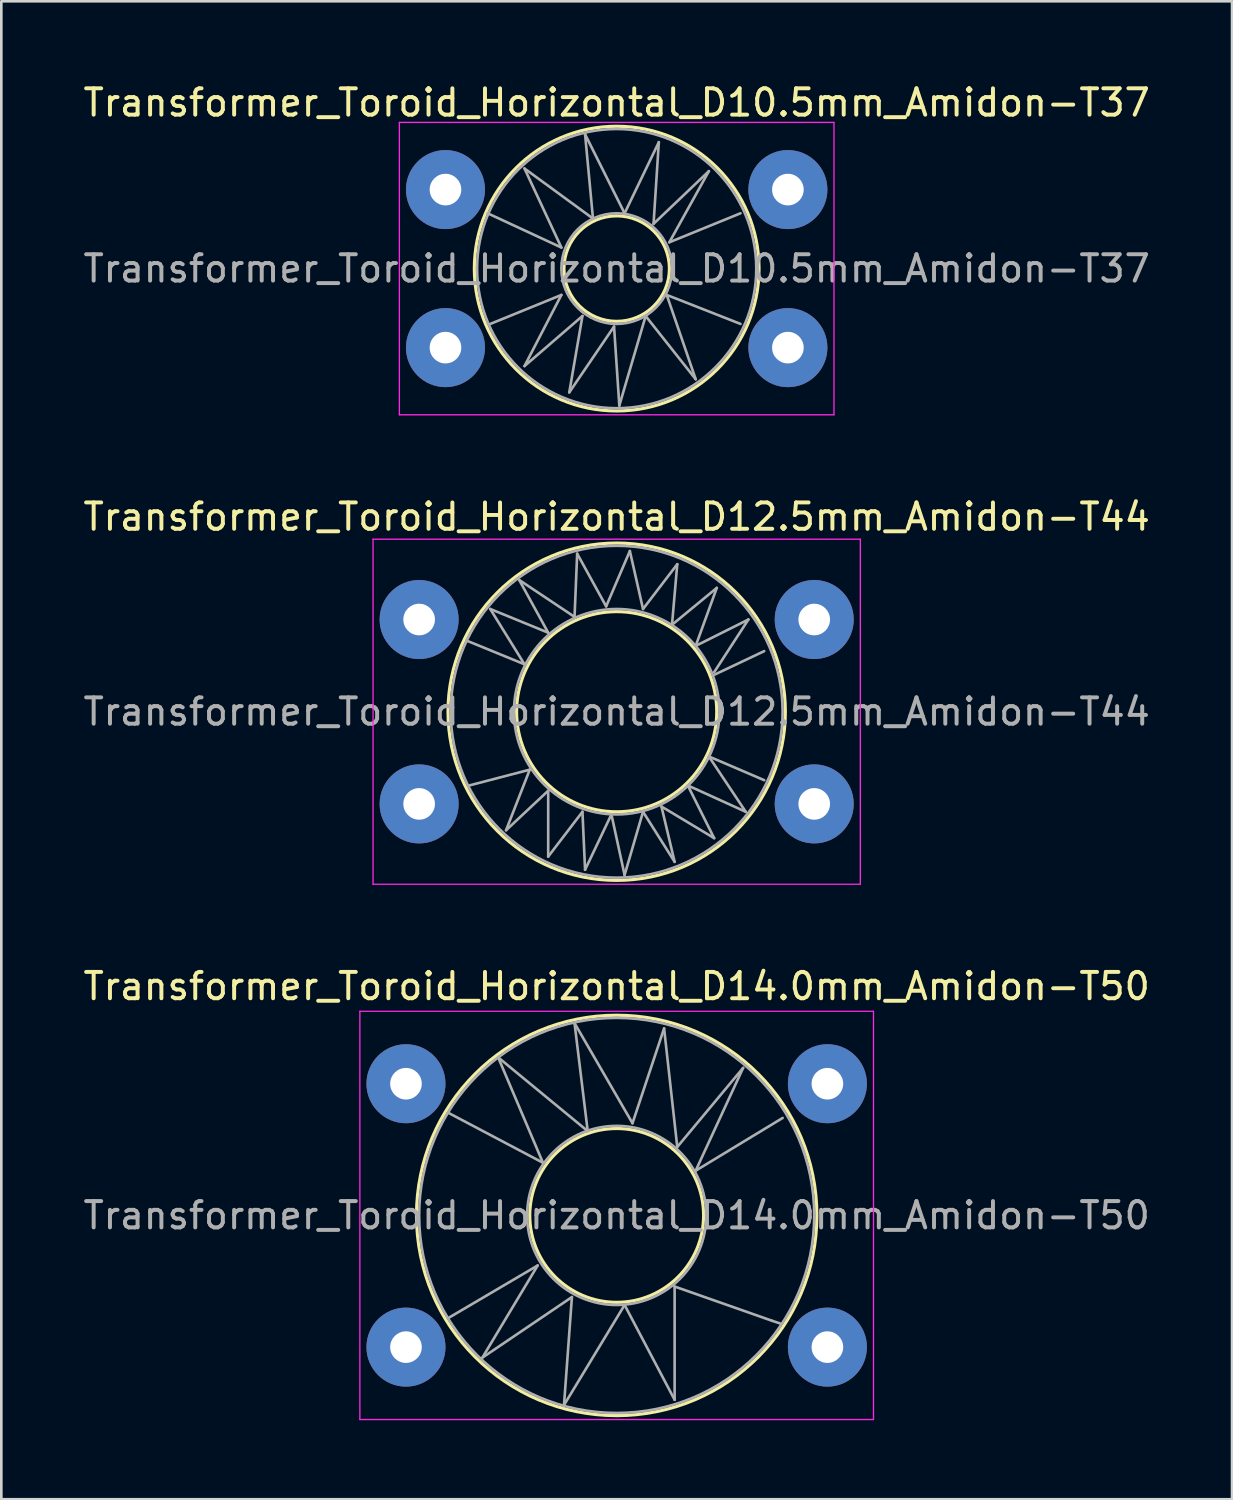
<source format=kicad_pcb>
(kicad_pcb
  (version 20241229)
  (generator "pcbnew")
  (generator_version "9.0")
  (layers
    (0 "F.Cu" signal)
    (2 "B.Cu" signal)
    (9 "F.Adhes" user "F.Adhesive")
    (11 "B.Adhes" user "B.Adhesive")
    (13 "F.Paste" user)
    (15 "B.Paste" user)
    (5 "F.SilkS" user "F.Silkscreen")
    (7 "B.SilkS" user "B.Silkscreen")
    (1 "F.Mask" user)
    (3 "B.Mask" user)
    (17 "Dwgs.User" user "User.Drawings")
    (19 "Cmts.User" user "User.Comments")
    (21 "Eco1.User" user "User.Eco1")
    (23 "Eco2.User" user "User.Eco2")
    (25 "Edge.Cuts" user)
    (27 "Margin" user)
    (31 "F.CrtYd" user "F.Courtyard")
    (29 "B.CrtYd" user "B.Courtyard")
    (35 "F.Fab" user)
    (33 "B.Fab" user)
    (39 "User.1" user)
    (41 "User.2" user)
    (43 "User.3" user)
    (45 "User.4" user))
  (footprint "Transformer_Toroid_Horizontal_D12.5mm_Amidon-T44"
    (layer "F.Cu")
    (at 12.863 27.471)
    (property "Reference" "Transformer_Toroid_Horizontal_D12.5mm_Amidon-T44" (at 7.5 -10.9 0) (layer "F.SilkS") (effects (font (size 1 1) (thickness 0.15))))
    (attr through_hole)
    (fp_circle (center 7.5 -3.5) (end 11.3 -3.5) (stroke (width 0.12) (type solid)) (fill no) (layer "F.SilkS"))
    (fp_circle (center 7.5 -3.5) (end 13.9 -3.7) (stroke (width 0.12) (type solid)) (fill no) (layer "F.SilkS"))
    (fp_line (start -1.75 -10.05) (end -1.75 3.05) (stroke (width 0.05) (type solid)) (layer "F.CrtYd"))
    (fp_line (start -1.75 -10.05) (end 16.75 -10.05) (stroke (width 0.05) (type solid)) (layer "F.CrtYd"))
    (fp_line (start 16.75 3.05) (end -1.75 3.05) (stroke (width 0.05) (type solid)) (layer "F.CrtYd"))
    (fp_line (start 16.75 3.05) (end 16.75 -10.05) (stroke (width 0.05) (type solid)) (layer "F.CrtYd"))
    (fp_line (start 1.8 -6.2) (end 4 -5.3) (stroke (width 0.1) (type solid)) (layer "F.Fab"))
    (fp_line (start 1.9 -0.7) (end 4.2 -1.3) (stroke (width 0.1) (type solid)) (layer "F.Fab"))
    (fp_line (start 2.7 -7.4) (end 4.9 -6.5) (stroke (width 0.1) (type solid)) (layer "F.Fab"))
    (fp_line (start 3.3 1) (end 4.9 -0.5) (stroke (width 0.1) (type solid)) (layer "F.Fab"))
    (fp_line (start 3.8 -8.5) (end 5.9 -7.1) (stroke (width 0.1) (type solid)) (layer "F.Fab"))
    (fp_line (start 4 -5.3) (end 2.7 -7.4) (stroke (width 0.1) (type solid)) (layer "F.Fab"))
    (fp_line (start 4.2 -1.3) (end 3.3 1) (stroke (width 0.1) (type solid)) (layer "F.Fab"))
    (fp_line (start 4.9 -6.5) (end 3.8 -8.5) (stroke (width 0.1) (type solid)) (layer "F.Fab"))
    (fp_line (start 4.9 -0.5) (end 4.9 2) (stroke (width 0.1) (type solid)) (layer "F.Fab"))
    (fp_line (start 4.9 2) (end 6.2 0.3) (stroke (width 0.1) (type solid)) (layer "F.Fab"))
    (fp_line (start 5.9 -7.1) (end 6 -9.5) (stroke (width 0.1) (type solid)) (layer "F.Fab"))
    (fp_line (start 6 -9.5) (end 7.1 -7.5) (stroke (width 0.1) (type solid)) (layer "F.Fab"))
    (fp_line (start 6.2 0.3) (end 6.3 2.5) (stroke (width 0.1) (type solid)) (layer "F.Fab"))
    (fp_line (start 6.3 2.5) (end 7.3 0.4) (stroke (width 0.1) (type solid)) (layer "F.Fab"))
    (fp_line (start 7.1 -7.5) (end 8 -9.6) (stroke (width 0.1) (type solid)) (layer "F.Fab"))
    (fp_line (start 7.3 0.4) (end 7.8 2.7) (stroke (width 0.1) (type solid)) (layer "F.Fab"))
    (fp_line (start 7.8 2.7) (end 8.5 0.3) (stroke (width 0.1) (type solid)) (layer "F.Fab"))
    (fp_line (start 8 -9.6) (end 8.5 -7.4) (stroke (width 0.1) (type solid)) (layer "F.Fab"))
    (fp_line (start 8.5 -7.4) (end 9.8 -9.1) (stroke (width 0.1) (type solid)) (layer "F.Fab"))
    (fp_line (start 8.5 0.3) (end 9.7 2.2) (stroke (width 0.1) (type solid)) (layer "F.Fab"))
    (fp_line (start 9.2 0.1) (end 11.2 1.3) (stroke (width 0.1) (type solid)) (layer "F.Fab"))
    (fp_line (start 9.6 -6.8) (end 11.3 -8.2) (stroke (width 0.1) (type solid)) (layer "F.Fab"))
    (fp_line (start 9.7 2.2) (end 9.2 0.1) (stroke (width 0.1) (type solid)) (layer "F.Fab"))
    (fp_line (start 9.8 -9.1) (end 9.6 -6.8) (stroke (width 0.1) (type solid)) (layer "F.Fab"))
    (fp_line (start 10.2 -0.7) (end 12.4 0.3) (stroke (width 0.1) (type solid)) (layer "F.Fab"))
    (fp_line (start 10.5 -6) (end 12.5 -7) (stroke (width 0.1) (type solid)) (layer "F.Fab"))
    (fp_line (start 11 -1.8) (end 13.1 -0.9) (stroke (width 0.1) (type solid)) (layer "F.Fab"))
    (fp_line (start 11.2 -4.9) (end 13.1 -5.8) (stroke (width 0.1) (type solid)) (layer "F.Fab"))
    (fp_line (start 11.2 1.3) (end 10.2 -0.7) (stroke (width 0.1) (type solid)) (layer "F.Fab"))
    (fp_line (start 11.3 -8.2) (end 10.5 -6) (stroke (width 0.1) (type solid)) (layer "F.Fab"))
    (fp_line (start 12.4 0.3) (end 11 -1.8) (stroke (width 0.1) (type solid)) (layer "F.Fab"))
    (fp_line (start 12.5 -7) (end 11.2 -5) (stroke (width 0.1) (type solid)) (layer "F.Fab"))
    (fp_circle (center 7.5 -3.5) (end 11.4 -3.5) (stroke (width 0.1) (type solid)) (fill no) (layer "F.Fab"))
    (fp_circle (center 7.5 -3.5) (end 13.8 -3.5) (stroke (width 0.1) (type solid)) (fill no) (layer "F.Fab"))
    (fp_text user "${REFERENCE}" (at 7.5 -3.5 0) (layer "F.Fab") (effects (font (size 1 1) (thickness 0.15))))
    (pad "1" thru_hole circle (at 0 0) (size 3 3) (drill 1.2) (layers "*.Cu" "*.Mask"))
    (pad "2" thru_hole circle (at 15 0) (size 3 3) (drill 1.2) (layers "*.Cu" "*.Mask"))
    (pad "3" thru_hole circle (at 0 -7) (size 3 3) (drill 1.2) (layers "*.Cu" "*.Mask"))
    (pad "4" thru_hole circle (at 15 -7) (size 3 3) (drill 1.2) (layers "*.Cu" "*.Mask")))
  (footprint "Transformer_Toroid_Horizontal_D10.5mm_Amidon-T37"
    (layer "F.Cu")
    (at 13.863 10.148)
    (property "Reference" "Transformer_Toroid_Horizontal_D10.5mm_Amidon-T37" (at 6.5 -9.3 0) (layer "F.SilkS") (effects (font (size 1 1) (thickness 0.15))))
    (attr through_hole)
    (fp_circle (center 6.5 -3) (end 8.5 -2.9) (stroke (width 0.12) (type solid)) (fill no) (layer "F.SilkS"))
    (fp_circle (center 6.5 -3) (end 11.9 -2.8) (stroke (width 0.12) (type solid)) (fill no) (layer "F.SilkS"))
    (fp_line (start -1.75 -8.55) (end -1.75 2.55) (stroke (width 0.05) (type solid)) (layer "F.CrtYd"))
    (fp_line (start -1.75 -8.55) (end 14.75 -8.55) (stroke (width 0.05) (type solid)) (layer "F.CrtYd"))
    (fp_line (start 14.75 2.55) (end -1.75 2.55) (stroke (width 0.05) (type solid)) (layer "F.CrtYd"))
    (fp_line (start 14.75 2.55) (end 14.75 -8.55) (stroke (width 0.05) (type solid)) (layer "F.CrtYd"))
    (fp_line (start 1.6 -5.1) (end 4.4 -3.8) (stroke (width 0.1) (type solid)) (layer "F.Fab"))
    (fp_line (start 1.7 -0.9) (end 4.4 -2) (stroke (width 0.1) (type solid)) (layer "F.Fab"))
    (fp_line (start 3 -6.8) (end 5.6 -4.9) (stroke (width 0.1) (type solid)) (layer "F.Fab"))
    (fp_line (start 3 0.7) (end 5.2 -1.2) (stroke (width 0.1) (type solid)) (layer "F.Fab"))
    (fp_line (start 4.4 -3.8) (end 3 -6.8) (stroke (width 0.1) (type solid)) (layer "F.Fab"))
    (fp_line (start 4.4 -2) (end 3 0.7) (stroke (width 0.1) (type solid)) (layer "F.Fab"))
    (fp_line (start 4.7 1.7) (end 6.4 -0.8) (stroke (width 0.1) (type solid)) (layer "F.Fab"))
    (fp_line (start 5.2 -1.2) (end 4.7 1.7) (stroke (width 0.1) (type solid)) (layer "F.Fab"))
    (fp_line (start 5.3 -8.1) (end 6.8 -5.1) (stroke (width 0.1) (type solid)) (layer "F.Fab"))
    (fp_line (start 5.6 -4.9) (end 5.3 -8.1) (stroke (width 0.1) (type solid)) (layer "F.Fab"))
    (fp_line (start 6.4 -0.8) (end 6.6 2.2) (stroke (width 0.1) (type solid)) (layer "F.Fab"))
    (fp_line (start 6.6 2.2) (end 7.6 -1.2) (stroke (width 0.1) (type solid)) (layer "F.Fab"))
    (fp_line (start 6.8 -5.1) (end 8.1 -7.8) (stroke (width 0.1) (type solid)) (layer "F.Fab"))
    (fp_line (start 7.6 -1.2) (end 9.5 1.2) (stroke (width 0.1) (type solid)) (layer "F.Fab"))
    (fp_line (start 7.9 -4.7) (end 10 -6.7) (stroke (width 0.1) (type solid)) (layer "F.Fab"))
    (fp_line (start 8.1 -7.8) (end 7.9 -4.7) (stroke (width 0.1) (type solid)) (layer "F.Fab"))
    (fp_line (start 8.4 -2) (end 11.2 -0.9) (stroke (width 0.1) (type solid)) (layer "F.Fab"))
    (fp_line (start 8.5 -4) (end 11.2 -5.1) (stroke (width 0.1) (type solid)) (layer "F.Fab"))
    (fp_line (start 9.5 1.2) (end 8.4 -2) (stroke (width 0.1) (type solid)) (layer "F.Fab"))
    (fp_line (start 10 -6.7) (end 8.5 -4) (stroke (width 0.1) (type solid)) (layer "F.Fab"))
    (fp_circle (center 6.5 -3) (end 8.6 -3) (stroke (width 0.1) (type solid)) (fill no) (layer "F.Fab"))
    (fp_circle (center 6.5 -3) (end 11.8 -3) (stroke (width 0.1) (type solid)) (fill no) (layer "F.Fab"))
    (fp_text user "${REFERENCE}" (at 6.5 -3 0) (layer "F.Fab") (effects (font (size 1 1) (thickness 0.15))))
    (pad "1" thru_hole circle (at 0 0) (size 3 3) (drill 1.2) (layers "*.Cu" "*.Mask"))
    (pad "2" thru_hole circle (at 13 0) (size 3 3) (drill 1.2) (layers "*.Cu" "*.Mask"))
    (pad "3" thru_hole circle (at 0 -6) (size 3 3) (drill 1.2) (layers "*.Cu" "*.Mask"))
    (pad "4" thru_hole circle (at 13 -6) (size 3 3) (drill 1.2) (layers "*.Cu" "*.Mask")))
  (footprint "Transformer_Toroid_Horizontal_D14.0mm_Amidon-T50"
    (layer "F.Cu")
    (at 12.363 48.095)
    (property "Reference" "Transformer_Toroid_Horizontal_D14.0mm_Amidon-T50" (at 8 -13.7 0) (layer "F.SilkS") (effects (font (size 1 1) (thickness 0.15))))
    (attr through_hole)
    (fp_circle (center 8 -5) (end 8 -12.6) (stroke (width 0.12) (type solid)) (fill no) (layer "F.SilkS"))
    (fp_circle (center 8 -5) (end 8 -8.3) (stroke (width 0.12) (type solid)) (fill no) (layer "F.SilkS"))
    (fp_line (start -1.75 -12.75) (end -1.75 2.75) (stroke (width 0.05) (type solid)) (layer "F.CrtYd"))
    (fp_line (start -1.75 -12.75) (end 17.75 -12.75) (stroke (width 0.05) (type solid)) (layer "F.CrtYd"))
    (fp_line (start 17.75 2.75) (end -1.75 2.75) (stroke (width 0.05) (type solid)) (layer "F.CrtYd"))
    (fp_line (start 17.75 2.75) (end 17.75 -12.75) (stroke (width 0.05) (type solid)) (layer "F.CrtYd"))
    (fp_line (start 1.6 -8.9) (end 5.2 -7) (stroke (width 0.1) (type solid)) (layer "F.Fab"))
    (fp_line (start 1.6 -1.1) (end 5 -3.1) (stroke (width 0.1) (type solid)) (layer "F.Fab"))
    (fp_line (start 2.9 0.4) (end 6.3 -1.9) (stroke (width 0.1) (type solid)) (layer "F.Fab"))
    (fp_line (start 3.5 -11) (end 6.9 -8.2) (stroke (width 0.1) (type solid)) (layer "F.Fab"))
    (fp_line (start 5 -3.1) (end 2.9 0.4) (stroke (width 0.1) (type solid)) (layer "F.Fab"))
    (fp_line (start 5.2 -7) (end 3.5 -11) (stroke (width 0.1) (type solid)) (layer "F.Fab"))
    (fp_line (start 6 2.2) (end 8.3 -1.6) (stroke (width 0.1) (type solid)) (layer "F.Fab"))
    (fp_line (start 6.3 -1.9) (end 6 2.2) (stroke (width 0.1) (type solid)) (layer "F.Fab"))
    (fp_line (start 6.4 -12.3) (end 8.6 -8.5) (stroke (width 0.1) (type solid)) (layer "F.Fab"))
    (fp_line (start 6.9 -8.2) (end 6.4 -12.3) (stroke (width 0.1) (type solid)) (layer "F.Fab"))
    (fp_line (start 8.3 -1.6) (end 10.2 2) (stroke (width 0.1) (type solid)) (layer "F.Fab"))
    (fp_line (start 8.6 -8.5) (end 9.8 -12.1) (stroke (width 0.1) (type solid)) (layer "F.Fab"))
    (fp_line (start 9.8 -12.1) (end 10.3 -7.6) (stroke (width 0.1) (type solid)) (layer "F.Fab"))
    (fp_line (start 10.2 -2.3) (end 13.9 -1) (stroke (width 0.1) (type solid)) (layer "F.Fab"))
    (fp_line (start 10.2 2) (end 10.2 -2.3) (stroke (width 0.1) (type solid)) (layer "F.Fab"))
    (fp_line (start 10.3 -7.6) (end 12.8 -10.6) (stroke (width 0.1) (type solid)) (layer "F.Fab"))
    (fp_line (start 11 -6.7) (end 14.3 -8.7) (stroke (width 0.1) (type solid)) (layer "F.Fab"))
    (fp_line (start 12.8 -10.6) (end 11 -6.7) (stroke (width 0.1) (type solid)) (layer "F.Fab"))
    (fp_line (start 13.9 -1) (end 14.2 -0.9) (stroke (width 0.1) (type solid)) (layer "F.Fab"))
    (fp_circle (center 8 -5) (end 11.4 -5) (stroke (width 0.1) (type solid)) (fill no) (layer "F.Fab"))
    (fp_circle (center 8 -5) (end 15.5 -5) (stroke (width 0.1) (type solid)) (fill no) (layer "F.Fab"))
    (fp_text user "${REFERENCE}" (at 8 -5 0) (layer "F.Fab") (effects (font (size 1 1) (thickness 0.15))))
    (pad "1" thru_hole circle (at 0 0) (size 3 3) (drill 1.2) (layers "*.Cu" "*.Mask"))
    (pad "2" thru_hole circle (at 16 0) (size 3 3) (drill 1.2) (layers "*.Cu" "*.Mask"))
    (pad "3" thru_hole circle (at 0 -10) (size 3 3) (drill 1.2) (layers "*.Cu" "*.Mask"))
    (pad "4" thru_hole circle (at 16 -10) (size 3 3) (drill 1.2) (layers "*.Cu" "*.Mask")))
  (gr_rect
    (start -3 -3)
    (end 43.726 53.87)
    (stroke (width 0.1) (type default))
    (fill no)
    (layer "Edge.Cuts")))
</source>
